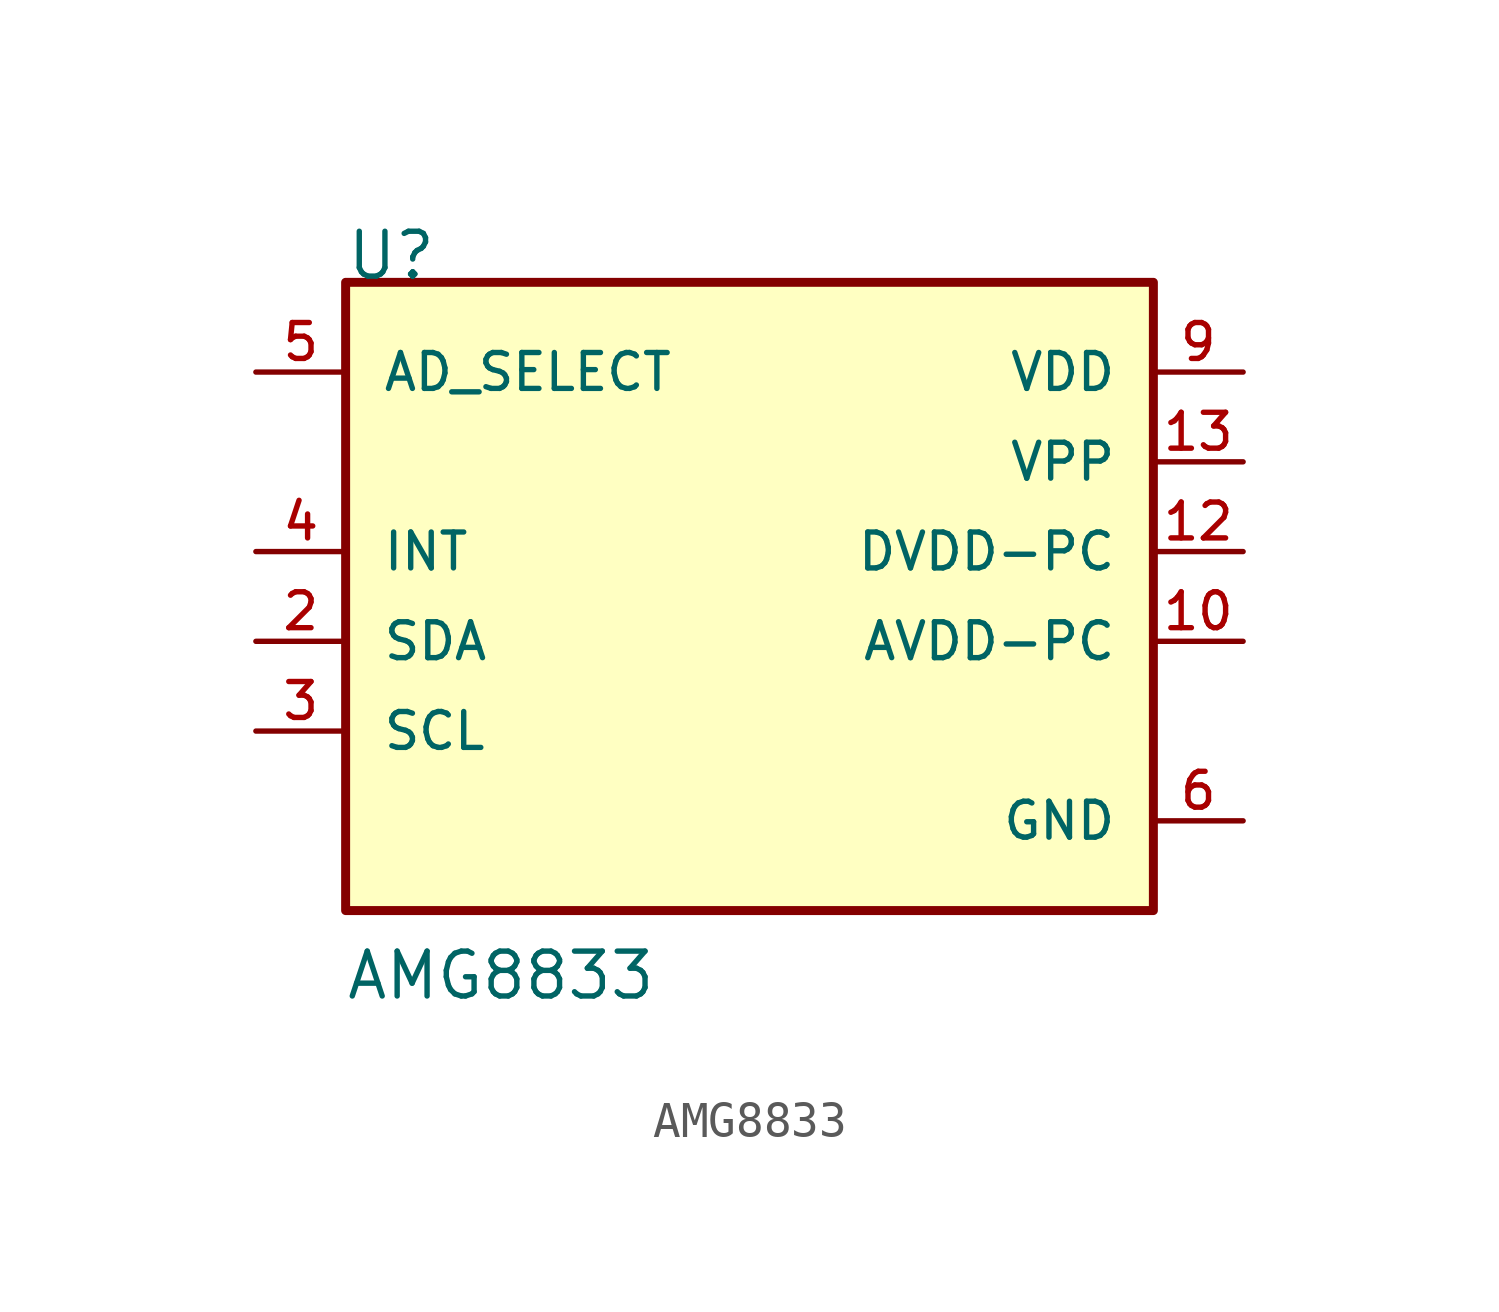
<source format=kicad_sym>
(kicad_symbol_lib
  (version 20211014)
  (generator kicad_symbol_editor)
  (symbol "AMG8833"
    (pin_names
      (offset 1.016))
    (property "Reference" "U"
      (at -10.176 7.632 0)
      (effects (font (size 1.27 1.27)) (justify bottom left)))
    (property "Value" "AMG8833"
      (at -10.193 -12.741 0)
      (effects (font (size 1.27 1.27)) (justify bottom left)))
    (symbol "AMG8833_0_0"
      (rectangle (start -10.16 -10.16) (end 12.7 7.62) (stroke (width 0.254)) (fill (type background)))
      (pin bidirectional line (at -12.7 -2.54 0) (length 2.54) (name "SDA" (effects (font (size 1.016 1.016)))) (number "2" (effects (font (size 1.016 1.016)))))
      (pin bidirectional line (at -12.7 -5.08 0) (length 2.54) (name "SCL" (effects (font (size 1.016 1.016)))) (number "3" (effects (font (size 1.016 1.016)))))
      (pin bidirectional line (at -12.7 0.0 0) (length 2.54) (name "INT" (effects (font (size 1.016 1.016)))) (number "4" (effects (font (size 1.016 1.016)))))
      (pin input line (at -12.7 5.08 0) (length 2.54) (name "AD_SELECT" (effects (font (size 1.016 1.016)))) (number "5" (effects (font (size 1.016 1.016)))))
      (pin power_in line (at 15.24 -7.62 180.0) (length 2.54) (name "GND" (effects (font (size 1.016 1.016)))) (number "6" (effects (font (size 1.016 1.016)))))
      (pin power_in line (at 15.24 5.08 180.0) (length 2.54) (name "VDD" (effects (font (size 1.016 1.016)))) (number "9" (effects (font (size 1.016 1.016)))))
      (pin power_in line (at 15.24 -2.54 180.0) (length 2.54) (name "AVDD-PC" (effects (font (size 1.016 1.016)))) (number "10" (effects (font (size 1.016 1.016)))))
      (pin power_in line (at 15.24 0.0 180.0) (length 2.54) (name "DVDD-PC" (effects (font (size 1.016 1.016)))) (number "12" (effects (font (size 1.016 1.016)))))
      (pin power_in line (at 15.24 2.54 180.0) (length 2.54) (name "VPP" (effects (font (size 1.016 1.016)))) (number "13" (effects (font (size 1.016 1.016))))))))
</source>
